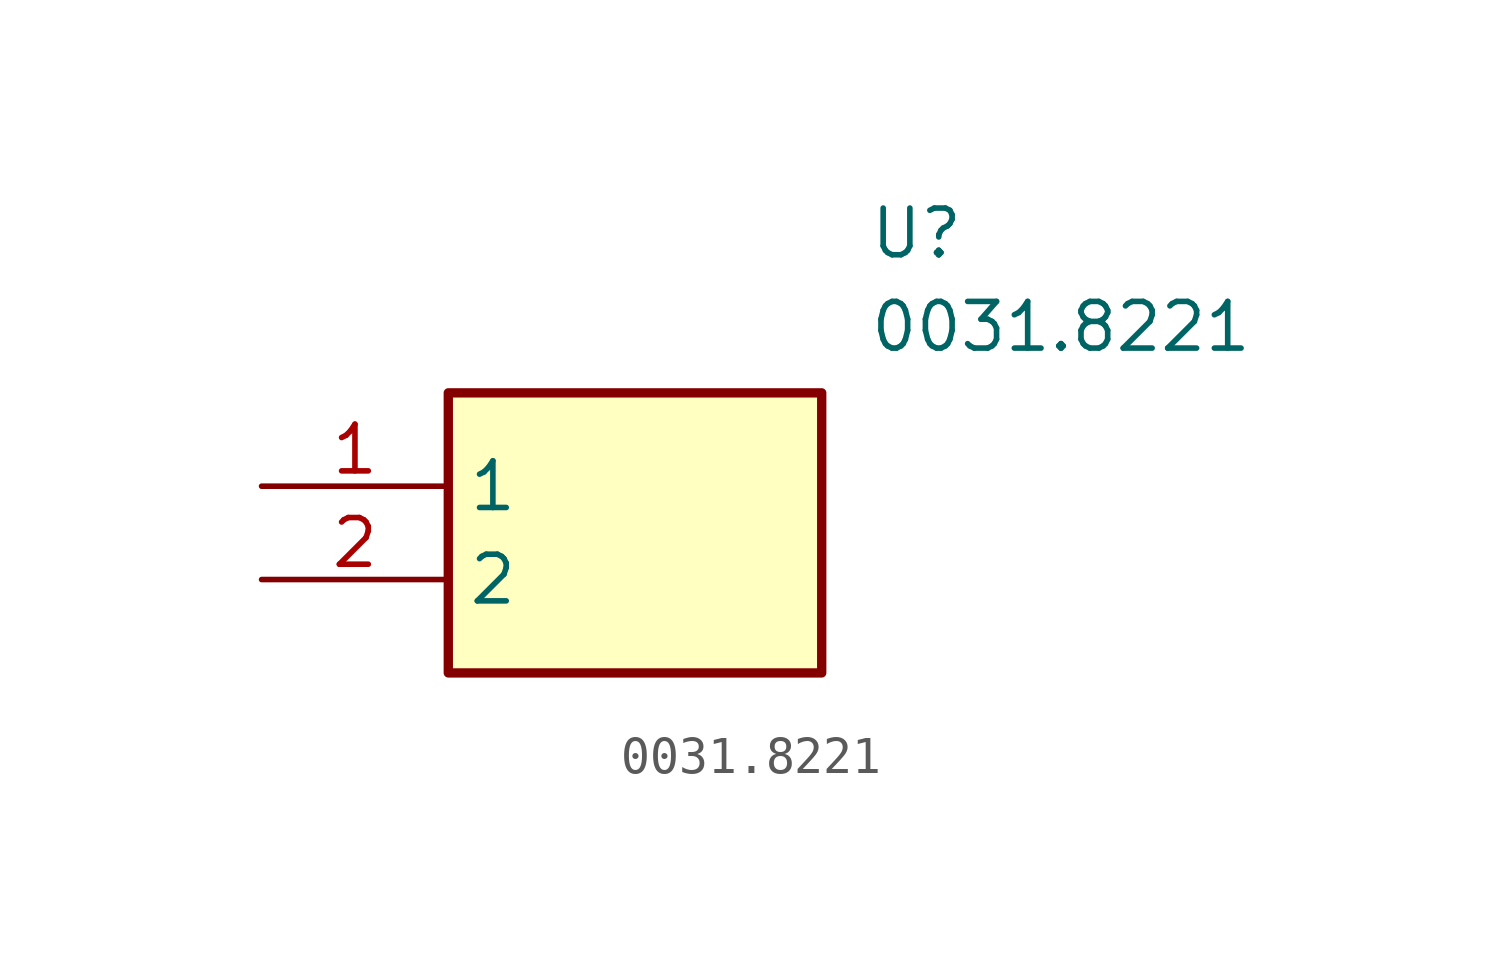
<source format=kicad_sym>
(kicad_symbol_lib
  (version 20211014)
  (generator SamacSys_ECAD_Model)
  (symbol "0031.8221"
    (property "Reference" "U"
      (at 16.51 7.62 0)
      (effects (font (size 1.27 1.27)) (justify left top)))
    (property "Value" "0031.8221"
      (at 16.51 5.08 0)
      (effects (font (size 1.27 1.27)) (justify left top)))
    (rectangle
      (start 5.08 2.54)
      (end 15.24 -5.08)
      (stroke (width 0.254) (type default))
      (fill (type background)))
    (pin passive line
      (at 0 0 0)
      (length 5.08)
      (name "1" (effects (font (size 1.27 1.27))))
      (number "1" (effects (font (size 1.27 1.27)))))
    (pin passive line
      (at 0 -2.54 0)
      (length 5.08)
      (name "2" (effects (font (size 1.27 1.27))))
      (number "2" (effects (font (size 1.27 1.27)))))))
</source>
